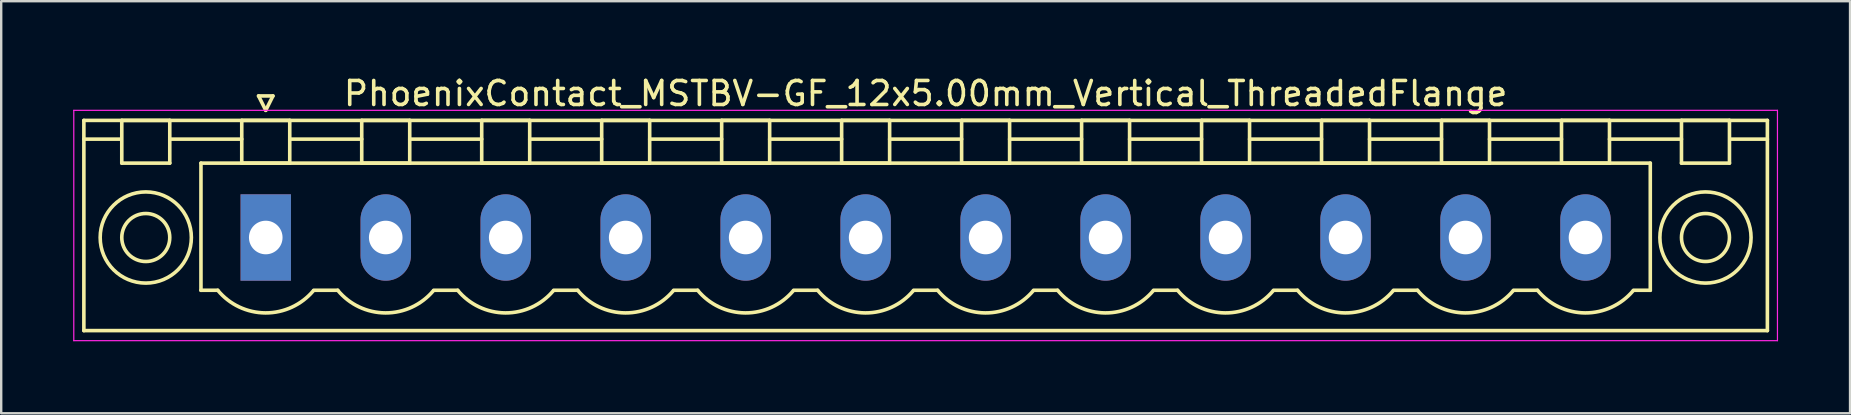
<source format=kicad_pcb>
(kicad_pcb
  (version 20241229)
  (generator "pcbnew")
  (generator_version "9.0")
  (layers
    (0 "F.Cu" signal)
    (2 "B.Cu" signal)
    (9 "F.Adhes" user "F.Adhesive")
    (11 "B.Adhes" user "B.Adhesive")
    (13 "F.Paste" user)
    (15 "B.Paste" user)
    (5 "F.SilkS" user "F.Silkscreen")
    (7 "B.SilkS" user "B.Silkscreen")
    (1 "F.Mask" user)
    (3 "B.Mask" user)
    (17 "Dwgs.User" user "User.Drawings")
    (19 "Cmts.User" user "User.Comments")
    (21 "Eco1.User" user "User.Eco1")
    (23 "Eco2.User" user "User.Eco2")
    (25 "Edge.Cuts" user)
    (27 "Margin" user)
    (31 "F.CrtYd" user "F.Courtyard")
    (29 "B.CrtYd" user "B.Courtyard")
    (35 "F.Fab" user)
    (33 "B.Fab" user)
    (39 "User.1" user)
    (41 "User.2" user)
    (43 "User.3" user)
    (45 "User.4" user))
  (footprint "PhoenixContact_MSTBV-GF_12x5.00mm_Vertical_ThreadedFlange"
    (layer "F.Cu")
    (at 8.025 6.848)
    (property "Reference" "PhoenixContact_MSTBV-GF_12x5.00mm_Vertical_ThreadedFlange" (at 27.5 -6 0) (layer "F.SilkS") (effects (font (size 1 1) (thickness 0.15))))
    (attr through_hole)
    (fp_line (start -7.58 -4.88) (end -7.58 3.88) (stroke (width 0.15) (type solid)) (layer "F.SilkS"))
    (fp_line (start -7.58 -4.1) (end -6.08 -4.1) (stroke (width 0.15) (type solid)) (layer "F.SilkS"))
    (fp_line (start -7.58 3.88) (end 62.58 3.88) (stroke (width 0.15) (type solid)) (layer "F.SilkS"))
    (fp_line (start -6 -4.88) (end -4 -4.88) (stroke (width 0.15) (type solid)) (layer "F.SilkS"))
    (fp_line (start -6 -3.1) (end -6 -4.88) (stroke (width 0.15) (type solid)) (layer "F.SilkS"))
    (fp_line (start -4 -4.88) (end -4 -3.1) (stroke (width 0.15) (type solid)) (layer "F.SilkS"))
    (fp_line (start -4 -4.1) (end -1 -4.1) (stroke (width 0.15) (type solid)) (layer "F.SilkS"))
    (fp_line (start -4 -3.1) (end -6 -3.1) (stroke (width 0.15) (type solid)) (layer "F.SilkS"))
    (fp_line (start -2.7 -3.1) (end 57.7 -3.1) (stroke (width 0.15) (type solid)) (layer "F.SilkS"))
    (fp_line (start -2.7 2.2) (end -2.7 -3.1) (stroke (width 0.15) (type solid)) (layer "F.SilkS"))
    (fp_line (start -2 2.2) (end -2.7 2.2) (stroke (width 0.15) (type solid)) (layer "F.SilkS"))
    (fp_line (start -1 -4.88) (end 1 -4.88) (stroke (width 0.15) (type solid)) (layer "F.SilkS"))
    (fp_line (start -1 -3.1) (end -1 -4.88) (stroke (width 0.15) (type solid)) (layer "F.SilkS"))
    (fp_line (start -0.3 -5.9) (end 0 -5.3) (stroke (width 0.15) (type solid)) (layer "F.SilkS"))
    (fp_line (start 0 -5.3) (end 0.3 -5.9) (stroke (width 0.15) (type solid)) (layer "F.SilkS"))
    (fp_line (start 0.3 -5.9) (end -0.3 -5.9) (stroke (width 0.15) (type solid)) (layer "F.SilkS"))
    (fp_line (start 1 -4.88) (end 1 -3.1) (stroke (width 0.15) (type solid)) (layer "F.SilkS"))
    (fp_line (start 1 -4.1) (end 4 -4.1) (stroke (width 0.15) (type solid)) (layer "F.SilkS"))
    (fp_line (start 1 -3.1) (end -1 -3.1) (stroke (width 0.15) (type solid)) (layer "F.SilkS"))
    (fp_line (start 2 2.2) (end 3 2.2) (stroke (width 0.15) (type solid)) (layer "F.SilkS"))
    (fp_line (start 4 -4.88) (end 6 -4.88) (stroke (width 0.15) (type solid)) (layer "F.SilkS"))
    (fp_line (start 4 -3.1) (end 4 -4.88) (stroke (width 0.15) (type solid)) (layer "F.SilkS"))
    (fp_line (start 6 -4.88) (end 6 -3.1) (stroke (width 0.15) (type solid)) (layer "F.SilkS"))
    (fp_line (start 6 -4.1) (end 9 -4.1) (stroke (width 0.15) (type solid)) (layer "F.SilkS"))
    (fp_line (start 6 -3.1) (end 4 -3.1) (stroke (width 0.15) (type solid)) (layer "F.SilkS"))
    (fp_line (start 7 2.2) (end 8 2.2) (stroke (width 0.15) (type solid)) (layer "F.SilkS"))
    (fp_line (start 9 -4.88) (end 11 -4.88) (stroke (width 0.15) (type solid)) (layer "F.SilkS"))
    (fp_line (start 9 -3.1) (end 9 -4.88) (stroke (width 0.15) (type solid)) (layer "F.SilkS"))
    (fp_line (start 11 -4.88) (end 11 -3.1) (stroke (width 0.15) (type solid)) (layer "F.SilkS"))
    (fp_line (start 11 -4.1) (end 14 -4.1) (stroke (width 0.15) (type solid)) (layer "F.SilkS"))
    (fp_line (start 11 -3.1) (end 9 -3.1) (stroke (width 0.15) (type solid)) (layer "F.SilkS"))
    (fp_line (start 12 2.2) (end 13 2.2) (stroke (width 0.15) (type solid)) (layer "F.SilkS"))
    (fp_line (start 14 -4.88) (end 16 -4.88) (stroke (width 0.15) (type solid)) (layer "F.SilkS"))
    (fp_line (start 14 -3.1) (end 14 -4.88) (stroke (width 0.15) (type solid)) (layer "F.SilkS"))
    (fp_line (start 16 -4.88) (end 16 -3.1) (stroke (width 0.15) (type solid)) (layer "F.SilkS"))
    (fp_line (start 16 -4.1) (end 19 -4.1) (stroke (width 0.15) (type solid)) (layer "F.SilkS"))
    (fp_line (start 16 -3.1) (end 14 -3.1) (stroke (width 0.15) (type solid)) (layer "F.SilkS"))
    (fp_line (start 17 2.2) (end 18 2.2) (stroke (width 0.15) (type solid)) (layer "F.SilkS"))
    (fp_line (start 19 -4.88) (end 21 -4.88) (stroke (width 0.15) (type solid)) (layer "F.SilkS"))
    (fp_line (start 19 -3.1) (end 19 -4.88) (stroke (width 0.15) (type solid)) (layer "F.SilkS"))
    (fp_line (start 21 -4.88) (end 21 -3.1) (stroke (width 0.15) (type solid)) (layer "F.SilkS"))
    (fp_line (start 21 -4.1) (end 24 -4.1) (stroke (width 0.15) (type solid)) (layer "F.SilkS"))
    (fp_line (start 21 -3.1) (end 19 -3.1) (stroke (width 0.15) (type solid)) (layer "F.SilkS"))
    (fp_line (start 22 2.2) (end 23 2.2) (stroke (width 0.15) (type solid)) (layer "F.SilkS"))
    (fp_line (start 24 -4.88) (end 26 -4.88) (stroke (width 0.15) (type solid)) (layer "F.SilkS"))
    (fp_line (start 24 -3.1) (end 24 -4.88) (stroke (width 0.15) (type solid)) (layer "F.SilkS"))
    (fp_line (start 26 -4.88) (end 26 -3.1) (stroke (width 0.15) (type solid)) (layer "F.SilkS"))
    (fp_line (start 26 -4.1) (end 29 -4.1) (stroke (width 0.15) (type solid)) (layer "F.SilkS"))
    (fp_line (start 26 -3.1) (end 24 -3.1) (stroke (width 0.15) (type solid)) (layer "F.SilkS"))
    (fp_line (start 27 2.2) (end 28 2.2) (stroke (width 0.15) (type solid)) (layer "F.SilkS"))
    (fp_line (start 29 -4.88) (end 31 -4.88) (stroke (width 0.15) (type solid)) (layer "F.SilkS"))
    (fp_line (start 29 -3.1) (end 29 -4.88) (stroke (width 0.15) (type solid)) (layer "F.SilkS"))
    (fp_line (start 31 -4.88) (end 31 -3.1) (stroke (width 0.15) (type solid)) (layer "F.SilkS"))
    (fp_line (start 31 -4.1) (end 34 -4.1) (stroke (width 0.15) (type solid)) (layer "F.SilkS"))
    (fp_line (start 31 -3.1) (end 29 -3.1) (stroke (width 0.15) (type solid)) (layer "F.SilkS"))
    (fp_line (start 32 2.2) (end 33 2.2) (stroke (width 0.15) (type solid)) (layer "F.SilkS"))
    (fp_line (start 34 -4.88) (end 36 -4.88) (stroke (width 0.15) (type solid)) (layer "F.SilkS"))
    (fp_line (start 34 -3.1) (end 34 -4.88) (stroke (width 0.15) (type solid)) (layer "F.SilkS"))
    (fp_line (start 36 -4.88) (end 36 -3.1) (stroke (width 0.15) (type solid)) (layer "F.SilkS"))
    (fp_line (start 36 -4.1) (end 39 -4.1) (stroke (width 0.15) (type solid)) (layer "F.SilkS"))
    (fp_line (start 36 -3.1) (end 34 -3.1) (stroke (width 0.15) (type solid)) (layer "F.SilkS"))
    (fp_line (start 37 2.2) (end 38 2.2) (stroke (width 0.15) (type solid)) (layer "F.SilkS"))
    (fp_line (start 39 -4.88) (end 41 -4.88) (stroke (width 0.15) (type solid)) (layer "F.SilkS"))
    (fp_line (start 39 -3.1) (end 39 -4.88) (stroke (width 0.15) (type solid)) (layer "F.SilkS"))
    (fp_line (start 41 -4.88) (end 41 -3.1) (stroke (width 0.15) (type solid)) (layer "F.SilkS"))
    (fp_line (start 41 -4.1) (end 44 -4.1) (stroke (width 0.15) (type solid)) (layer "F.SilkS"))
    (fp_line (start 41 -3.1) (end 39 -3.1) (stroke (width 0.15) (type solid)) (layer "F.SilkS"))
    (fp_line (start 42 2.2) (end 43 2.2) (stroke (width 0.15) (type solid)) (layer "F.SilkS"))
    (fp_line (start 44 -4.88) (end 46 -4.88) (stroke (width 0.15) (type solid)) (layer "F.SilkS"))
    (fp_line (start 44 -3.1) (end 44 -4.88) (stroke (width 0.15) (type solid)) (layer "F.SilkS"))
    (fp_line (start 46 -4.88) (end 46 -3.1) (stroke (width 0.15) (type solid)) (layer "F.SilkS"))
    (fp_line (start 46 -4.1) (end 49 -4.1) (stroke (width 0.15) (type solid)) (layer "F.SilkS"))
    (fp_line (start 46 -3.1) (end 44 -3.1) (stroke (width 0.15) (type solid)) (layer "F.SilkS"))
    (fp_line (start 47 2.2) (end 48 2.2) (stroke (width 0.15) (type solid)) (layer "F.SilkS"))
    (fp_line (start 49 -4.88) (end 51 -4.88) (stroke (width 0.15) (type solid)) (layer "F.SilkS"))
    (fp_line (start 49 -3.1) (end 49 -4.88) (stroke (width 0.15) (type solid)) (layer "F.SilkS"))
    (fp_line (start 51 -4.88) (end 51 -3.1) (stroke (width 0.15) (type solid)) (layer "F.SilkS"))
    (fp_line (start 51 -4.1) (end 54 -4.1) (stroke (width 0.15) (type solid)) (layer "F.SilkS"))
    (fp_line (start 51 -3.1) (end 49 -3.1) (stroke (width 0.15) (type solid)) (layer "F.SilkS"))
    (fp_line (start 52 2.2) (end 53 2.2) (stroke (width 0.15) (type solid)) (layer "F.SilkS"))
    (fp_line (start 54 -4.88) (end 56 -4.88) (stroke (width 0.15) (type solid)) (layer "F.SilkS"))
    (fp_line (start 54 -3.1) (end 54 -4.88) (stroke (width 0.15) (type solid)) (layer "F.SilkS"))
    (fp_line (start 56 -4.88) (end 56 -3.1) (stroke (width 0.15) (type solid)) (layer "F.SilkS"))
    (fp_line (start 56 -4.1) (end 59 -4.1) (stroke (width 0.15) (type solid)) (layer "F.SilkS"))
    (fp_line (start 56 -3.1) (end 54 -3.1) (stroke (width 0.15) (type solid)) (layer "F.SilkS"))
    (fp_line (start 57.7 -3.1) (end 57.7 2.2) (stroke (width 0.15) (type solid)) (layer "F.SilkS"))
    (fp_line (start 57.7 2.2) (end 57 2.2) (stroke (width 0.15) (type solid)) (layer "F.SilkS"))
    (fp_line (start 59 -4.88) (end 61 -4.88) (stroke (width 0.15) (type solid)) (layer "F.SilkS"))
    (fp_line (start 59 -3.1) (end 59 -4.88) (stroke (width 0.15) (type solid)) (layer "F.SilkS"))
    (fp_line (start 61 -4.88) (end 61 -3.1) (stroke (width 0.15) (type solid)) (layer "F.SilkS"))
    (fp_line (start 61 -3.1) (end 59 -3.1) (stroke (width 0.15) (type solid)) (layer "F.SilkS"))
    (fp_line (start 62.58 -4.88) (end -7.58 -4.88) (stroke (width 0.15) (type solid)) (layer "F.SilkS"))
    (fp_line (start 62.58 -4.1) (end 61.08 -4.1) (stroke (width 0.15) (type solid)) (layer "F.SilkS"))
    (fp_line (start 62.58 3.88) (end 62.58 -4.88) (stroke (width 0.15) (type solid)) (layer "F.SilkS"))
    (fp_arc (start 1.986842 2.215821) (mid -0.010289 3.142758) (end -2 2.2) (stroke (width 0.15) (type solid)) (layer "F.SilkS"))
    (fp_arc (start 6.986842 2.215821) (mid 4.989711 3.142758) (end 3 2.2) (stroke (width 0.15) (type solid)) (layer "F.SilkS"))
    (fp_arc (start 11.986842 2.215821) (mid 9.989711 3.142758) (end 8 2.2) (stroke (width 0.15) (type solid)) (layer "F.SilkS"))
    (fp_arc (start 16.986842 2.215821) (mid 14.989711 3.142758) (end 13 2.2) (stroke (width 0.15) (type solid)) (layer "F.SilkS"))
    (fp_arc (start 21.986842 2.215821) (mid 19.989711 3.142758) (end 18 2.2) (stroke (width 0.15) (type solid)) (layer "F.SilkS"))
    (fp_arc (start 26.986842 2.215821) (mid 24.989711 3.142758) (end 23 2.2) (stroke (width 0.15) (type solid)) (layer "F.SilkS"))
    (fp_arc (start 31.986842 2.215821) (mid 29.989711 3.142758) (end 28 2.2) (stroke (width 0.15) (type solid)) (layer "F.SilkS"))
    (fp_arc (start 36.986842 2.215821) (mid 34.989711 3.142758) (end 33 2.2) (stroke (width 0.15) (type solid)) (layer "F.SilkS"))
    (fp_arc (start 41.986842 2.215821) (mid 39.989711 3.142758) (end 38 2.2) (stroke (width 0.15) (type solid)) (layer "F.SilkS"))
    (fp_arc (start 46.986842 2.215821) (mid 44.989711 3.142758) (end 43 2.2) (stroke (width 0.15) (type solid)) (layer "F.SilkS"))
    (fp_arc (start 51.986842 2.215821) (mid 49.989711 3.142758) (end 48 2.2) (stroke (width 0.15) (type solid)) (layer "F.SilkS"))
    (fp_arc (start 56.986842 2.215821) (mid 54.989711 3.142758) (end 53 2.2) (stroke (width 0.15) (type solid)) (layer "F.SilkS"))
    (fp_circle (center -5 0) (end -4 0) (stroke (width 0.15) (type solid)) (fill no) (layer "F.SilkS"))
    (fp_circle (center -5 0) (end -3.1 0) (stroke (width 0.15) (type solid)) (fill no) (layer "F.SilkS"))
    (fp_circle (center 60 0) (end 61 0) (stroke (width 0.15) (type solid)) (fill no) (layer "F.SilkS"))
    (fp_circle (center 60 0) (end 61.9 0) (stroke (width 0.15) (type solid)) (fill no) (layer "F.SilkS"))
    (fp_line (start -8 -5.3) (end -8 4.3) (stroke (width 0.05) (type solid)) (layer "F.CrtYd"))
    (fp_line (start -8 4.3) (end 63 4.3) (stroke (width 0.05) (type solid)) (layer "F.CrtYd"))
    (fp_line (start 63 -5.3) (end -8 -5.3) (stroke (width 0.05) (type solid)) (layer "F.CrtYd"))
    (fp_line (start 63 4.3) (end 63 -5.3) (stroke (width 0.05) (type solid)) (layer "F.CrtYd"))
    (pad "1" thru_hole rect (at 0 0) (size 2.1 3.6) (drill 1.4) (layers "*.Cu" "*.Mask"))
    (pad "2" thru_hole oval (at 5 0) (size 2.1 3.6) (drill 1.4) (layers "*.Cu" "*.Mask"))
    (pad "3" thru_hole oval (at 10 0) (size 2.1 3.6) (drill 1.4) (layers "*.Cu" "*.Mask"))
    (pad "4" thru_hole oval (at 15 0) (size 2.1 3.6) (drill 1.4) (layers "*.Cu" "*.Mask"))
    (pad "5" thru_hole oval (at 20 0) (size 2.1 3.6) (drill 1.4) (layers "*.Cu" "*.Mask"))
    (pad "6" thru_hole oval (at 25 0) (size 2.1 3.6) (drill 1.4) (layers "*.Cu" "*.Mask"))
    (pad "7" thru_hole oval (at 30 0) (size 2.1 3.6) (drill 1.4) (layers "*.Cu" "*.Mask"))
    (pad "8" thru_hole oval (at 35 0) (size 2.1 3.6) (drill 1.4) (layers "*.Cu" "*.Mask"))
    (pad "9" thru_hole oval (at 40 0) (size 2.1 3.6) (drill 1.4) (layers "*.Cu" "*.Mask"))
    (pad "10" thru_hole oval (at 45 0) (size 2.1 3.6) (drill 1.4) (layers "*.Cu" "*.Mask"))
    (pad "11" thru_hole oval (at 50 0) (size 2.1 3.6) (drill 1.4) (layers "*.Cu" "*.Mask"))
    (pad "12" thru_hole oval (at 55 0) (size 2.1 3.6) (drill 1.4) (layers "*.Cu" "*.Mask")))
  (gr_rect
    (start -3 -3)
    (end 74.05 14.173)
    (stroke (width 0.1) (type default))
    (fill no)
    (layer "Edge.Cuts")))
</source>
